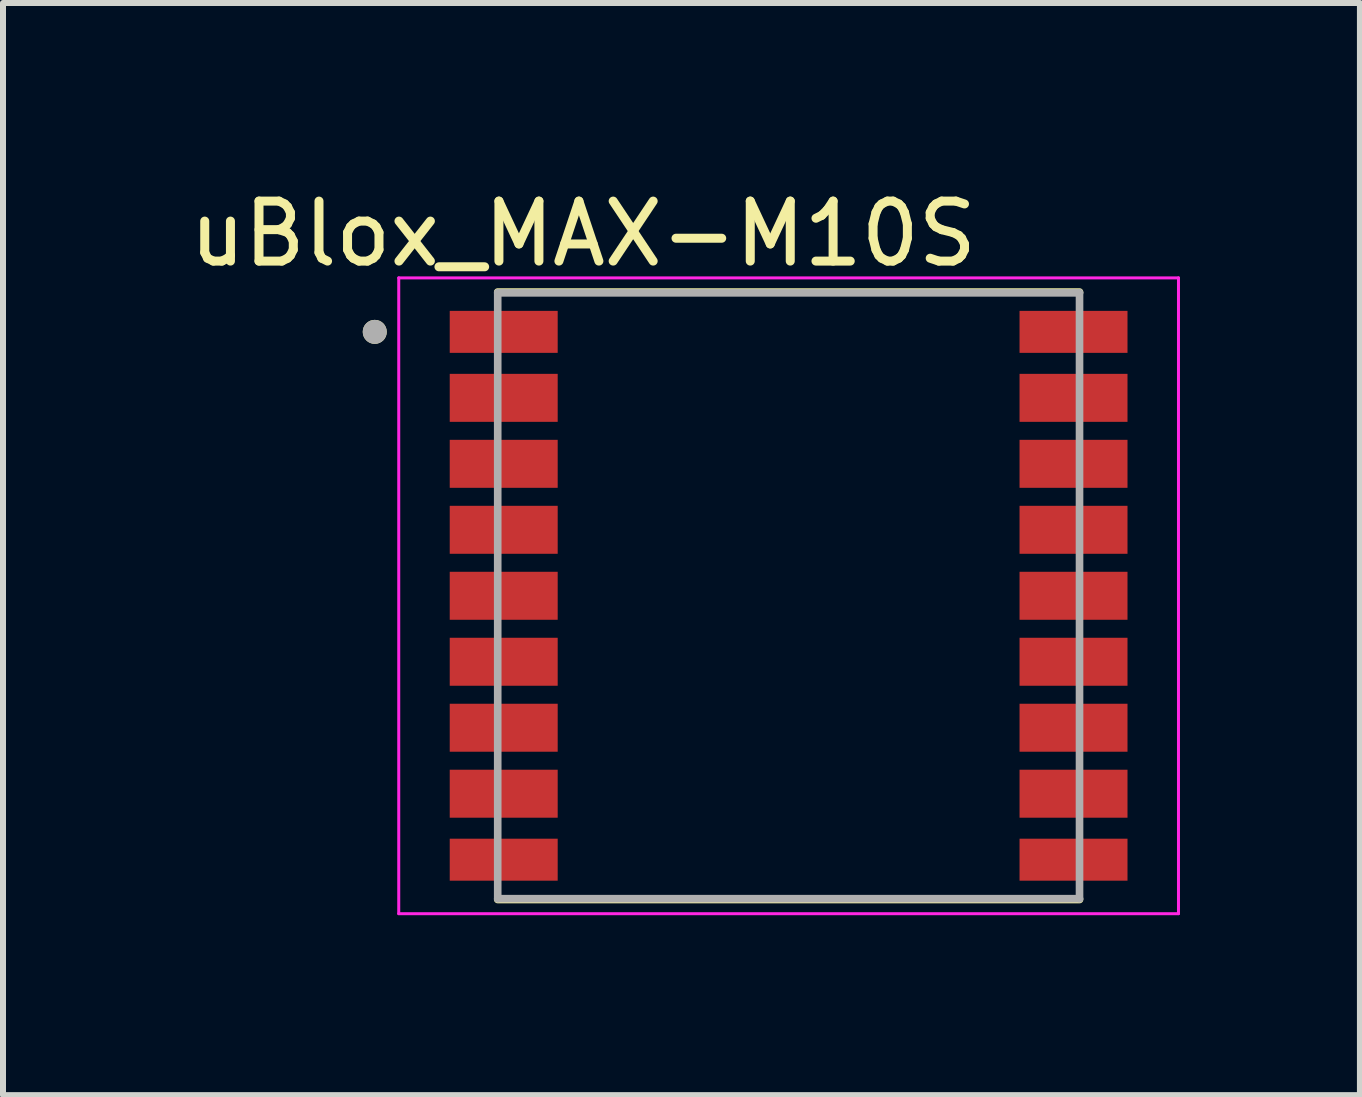
<source format=kicad_pcb>
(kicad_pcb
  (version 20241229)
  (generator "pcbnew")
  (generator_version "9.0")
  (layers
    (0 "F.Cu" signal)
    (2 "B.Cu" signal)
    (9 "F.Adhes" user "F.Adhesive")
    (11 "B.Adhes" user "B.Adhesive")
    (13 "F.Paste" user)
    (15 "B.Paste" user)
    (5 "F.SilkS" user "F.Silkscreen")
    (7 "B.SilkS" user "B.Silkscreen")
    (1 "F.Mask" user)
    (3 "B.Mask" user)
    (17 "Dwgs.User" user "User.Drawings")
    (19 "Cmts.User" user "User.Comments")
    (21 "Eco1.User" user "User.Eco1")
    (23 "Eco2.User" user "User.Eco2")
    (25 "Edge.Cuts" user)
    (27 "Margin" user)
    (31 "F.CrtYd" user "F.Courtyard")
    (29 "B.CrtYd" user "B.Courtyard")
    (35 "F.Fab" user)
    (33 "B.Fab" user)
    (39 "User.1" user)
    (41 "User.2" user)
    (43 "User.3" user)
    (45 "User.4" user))
  (footprint "uBlox_MAX-M10S"
    (layer "F.Cu")
    (at 10.098 6.883)
    (property "Reference" "uBlox_MAX-M10S" (at -3.425 -6.035 0) (layer "F.SilkS") (effects (font (size 1 1) (thickness 0.15))))
    (attr through_hole)
    (fp_poly (pts (xy -5.65 -4.75) (xy -3.85 -4.75) (xy -3.85 -4.05) (xy -5.65 -4.05)) (stroke (width 0.01) (type solid)) (fill yes) (layer "F.Mask"))
    (fp_poly (pts (xy -5.65 -3.7) (xy -3.85 -3.7) (xy -3.85 -2.9) (xy -5.65 -2.9)) (stroke (width 0.01) (type solid)) (fill yes) (layer "F.Mask"))
    (fp_poly (pts (xy -5.65 -2.6) (xy -3.85 -2.6) (xy -3.85 -1.8) (xy -5.65 -1.8)) (stroke (width 0.01) (type solid)) (fill yes) (layer "F.Mask"))
    (fp_poly (pts (xy -5.65 -1.5) (xy -3.85 -1.5) (xy -3.85 -0.7) (xy -5.65 -0.7)) (stroke (width 0.01) (type solid)) (fill yes) (layer "F.Mask"))
    (fp_poly (pts (xy -5.65 -0.4) (xy -3.85 -0.4) (xy -3.85 0.4) (xy -5.65 0.4)) (stroke (width 0.01) (type solid)) (fill yes) (layer "F.Mask"))
    (fp_poly (pts (xy -5.65 0.7) (xy -3.85 0.7) (xy -3.85 1.5) (xy -5.65 1.5)) (stroke (width 0.01) (type solid)) (fill yes) (layer "F.Mask"))
    (fp_poly (pts (xy -5.65 1.8) (xy -3.85 1.8) (xy -3.85 2.6) (xy -5.65 2.6)) (stroke (width 0.01) (type solid)) (fill yes) (layer "F.Mask"))
    (fp_poly (pts (xy -5.65 2.9) (xy -3.85 2.9) (xy -3.85 3.7) (xy -5.65 3.7)) (stroke (width 0.01) (type solid)) (fill yes) (layer "F.Mask"))
    (fp_poly (pts (xy -5.65 4.05) (xy -3.85 4.05) (xy -3.85 4.75) (xy -5.65 4.75)) (stroke (width 0.01) (type solid)) (fill yes) (layer "F.Mask"))
    (fp_poly (pts (xy 3.85 -4.75) (xy 5.65 -4.75) (xy 5.65 -4.05) (xy 3.85 -4.05)) (stroke (width 0.01) (type solid)) (fill yes) (layer "F.Mask"))
    (fp_poly (pts (xy 3.85 -3.7) (xy 5.65 -3.7) (xy 5.65 -2.9) (xy 3.85 -2.9)) (stroke (width 0.01) (type solid)) (fill yes) (layer "F.Mask"))
    (fp_poly (pts (xy 3.85 -2.6) (xy 5.65 -2.6) (xy 5.65 -1.8) (xy 3.85 -1.8)) (stroke (width 0.01) (type solid)) (fill yes) (layer "F.Mask"))
    (fp_poly (pts (xy 3.85 -1.5) (xy 5.65 -1.5) (xy 5.65 -0.7) (xy 3.85 -0.7)) (stroke (width 0.01) (type solid)) (fill yes) (layer "F.Mask"))
    (fp_poly (pts (xy 3.85 -0.4) (xy 5.65 -0.4) (xy 5.65 0.4) (xy 3.85 0.4)) (stroke (width 0.01) (type solid)) (fill yes) (layer "F.Mask"))
    (fp_poly (pts (xy 3.85 0.7) (xy 5.65 0.7) (xy 5.65 1.5) (xy 3.85 1.5)) (stroke (width 0.01) (type solid)) (fill yes) (layer "F.Mask"))
    (fp_poly (pts (xy 3.85 1.8) (xy 5.65 1.8) (xy 5.65 2.6) (xy 3.85 2.6)) (stroke (width 0.01) (type solid)) (fill yes) (layer "F.Mask"))
    (fp_poly (pts (xy 3.85 2.9) (xy 5.65 2.9) (xy 5.65 3.7) (xy 3.85 3.7)) (stroke (width 0.01) (type solid)) (fill yes) (layer "F.Mask"))
    (fp_poly (pts (xy 3.85 4.05) (xy 5.65 4.05) (xy 5.65 4.75) (xy 3.85 4.75)) (stroke (width 0.01) (type solid)) (fill yes) (layer "F.Mask"))
    (fp_line (start -4.85 -5.064) (end 4.85 -5.064) (stroke (width 0.127) (type solid)) (layer "F.SilkS"))
    (fp_line (start -4.85 5.064) (end 4.85 5.064) (stroke (width 0.127) (type solid)) (layer "F.SilkS"))
    (fp_circle (center -6.9 -4.4) (end -6.8 -4.4) (stroke (width 0.2) (type solid)) (fill no) (layer "F.SilkS"))
    (fp_poly (pts (xy -6.25 -4.75) (xy -4.85 -4.75) (xy -4.85 -4.65) (xy -3.95 -4.65) (xy -3.95 -4.15) (xy -4.85 -4.15) (xy -4.85 -4.05) (xy -6.25 -4.05)) (stroke (width 0.0001) (type solid)) (fill yes) (layer "F.Paste"))
    (fp_poly (pts (xy -6.25 -3.7) (xy -4.85 -3.7) (xy -4.85 -3.6) (xy -3.95 -3.6) (xy -3.95 -3) (xy -4.85 -3) (xy -4.85 -2.9) (xy -6.25 -2.9)) (stroke (width 0.0001) (type solid)) (fill yes) (layer "F.Paste"))
    (fp_poly (pts (xy -6.25 -2.6) (xy -4.85 -2.6) (xy -4.85 -2.5) (xy -3.95 -2.5) (xy -3.95 -1.9) (xy -4.85 -1.9) (xy -4.85 -1.8) (xy -6.25 -1.8)) (stroke (width 0.0001) (type solid)) (fill yes) (layer "F.Paste"))
    (fp_poly (pts (xy -6.25 -1.5) (xy -4.85 -1.5) (xy -4.85 -1.4) (xy -3.95 -1.4) (xy -3.95 -0.8) (xy -4.85 -0.8) (xy -4.85 -0.7) (xy -6.25 -0.7)) (stroke (width 0.0001) (type solid)) (fill yes) (layer "F.Paste"))
    (fp_poly (pts (xy -6.25 -0.4) (xy -4.85 -0.4) (xy -4.85 -0.3) (xy -3.95 -0.3) (xy -3.95 0.3) (xy -4.85 0.3) (xy -4.85 0.4) (xy -6.25 0.4)) (stroke (width 0.0001) (type solid)) (fill yes) (layer "F.Paste"))
    (fp_poly (pts (xy -6.25 0.7) (xy -4.85 0.7) (xy -4.85 0.8) (xy -3.95 0.8) (xy -3.95 1.4) (xy -4.85 1.4) (xy -4.85 1.5) (xy -6.25 1.5)) (stroke (width 0.0001) (type solid)) (fill yes) (layer "F.Paste"))
    (fp_poly (pts (xy -6.25 1.8) (xy -4.85 1.8) (xy -4.85 1.9) (xy -3.95 1.9) (xy -3.95 2.5) (xy -4.85 2.5) (xy -4.85 2.6) (xy -6.25 2.6)) (stroke (width 0.0001) (type solid)) (fill yes) (layer "F.Paste"))
    (fp_poly (pts (xy -6.25 2.9) (xy -4.85 2.9) (xy -4.85 3) (xy -3.95 3) (xy -3.95 3.6) (xy -4.85 3.6) (xy -4.85 3.7) (xy -6.25 3.7)) (stroke (width 0.0001) (type solid)) (fill yes) (layer "F.Paste"))
    (fp_poly (pts (xy -6.25 4.05) (xy -4.85 4.05) (xy -4.85 4.15) (xy -3.95 4.15) (xy -3.95 4.65) (xy -4.85 4.65) (xy -4.85 4.75) (xy -6.25 4.75)) (stroke (width 0.0001) (type solid)) (fill yes) (layer "F.Paste"))
    (fp_poly (pts (xy 6.25 -4.05) (xy 4.85 -4.05) (xy 4.85 -4.15) (xy 3.95 -4.15) (xy 3.95 -4.65) (xy 4.85 -4.65) (xy 4.85 -4.75) (xy 6.25 -4.75)) (stroke (width 0.0001) (type solid)) (fill yes) (layer "F.Paste"))
    (fp_poly (pts (xy 6.25 -2.9) (xy 4.85 -2.9) (xy 4.85 -3) (xy 3.95 -3) (xy 3.95 -3.6) (xy 4.85 -3.6) (xy 4.85 -3.7) (xy 6.25 -3.7)) (stroke (width 0.0001) (type solid)) (fill yes) (layer "F.Paste"))
    (fp_poly (pts (xy 6.25 -1.8) (xy 4.85 -1.8) (xy 4.85 -1.9) (xy 3.95 -1.9) (xy 3.95 -2.5) (xy 4.85 -2.5) (xy 4.85 -2.6) (xy 6.25 -2.6)) (stroke (width 0.0001) (type solid)) (fill yes) (layer "F.Paste"))
    (fp_poly (pts (xy 6.25 -0.7) (xy 4.85 -0.7) (xy 4.85 -0.8) (xy 3.95 -0.8) (xy 3.95 -1.4) (xy 4.85 -1.4) (xy 4.85 -1.5) (xy 6.25 -1.5)) (stroke (width 0.0001) (type solid)) (fill yes) (layer "F.Paste"))
    (fp_poly (pts (xy 6.25 0.4) (xy 4.85 0.4) (xy 4.85 0.3) (xy 3.95 0.3) (xy 3.95 -0.3) (xy 4.85 -0.3) (xy 4.85 -0.4) (xy 6.25 -0.4)) (stroke (width 0.0001) (type solid)) (fill yes) (layer "F.Paste"))
    (fp_poly (pts (xy 6.25 1.5) (xy 4.85 1.5) (xy 4.85 1.4) (xy 3.95 1.4) (xy 3.95 0.8) (xy 4.85 0.8) (xy 4.85 0.7) (xy 6.25 0.7)) (stroke (width 0.0001) (type solid)) (fill yes) (layer "F.Paste"))
    (fp_poly (pts (xy 6.25 2.6) (xy 4.85 2.6) (xy 4.85 2.5) (xy 3.95 2.5) (xy 3.95 1.9) (xy 4.85 1.9) (xy 4.85 1.8) (xy 6.25 1.8)) (stroke (width 0.0001) (type solid)) (fill yes) (layer "F.Paste"))
    (fp_poly (pts (xy 6.25 3.7) (xy 4.85 3.7) (xy 4.85 3.6) (xy 3.95 3.6) (xy 3.95 3) (xy 4.85 3) (xy 4.85 2.9) (xy 6.25 2.9)) (stroke (width 0.0001) (type solid)) (fill yes) (layer "F.Paste"))
    (fp_poly (pts (xy 6.25 4.75) (xy 4.85 4.75) (xy 4.85 4.65) (xy 3.95 4.65) (xy 3.95 4.15) (xy 4.85 4.15) (xy 4.85 4.05) (xy 6.25 4.05)) (stroke (width 0.0001) (type solid)) (fill yes) (layer "F.Paste"))
    (fp_line (start -6.5 -5.3) (end 6.5 -5.3) (stroke (width 0.05) (type solid)) (layer "F.CrtYd"))
    (fp_line (start -6.5 5.3) (end -6.5 -5.3) (stroke (width 0.05) (type solid)) (layer "F.CrtYd"))
    (fp_line (start 6.5 -5.3) (end 6.5 5.3) (stroke (width 0.05) (type solid)) (layer "F.CrtYd"))
    (fp_line (start 6.5 5.3) (end -6.5 5.3) (stroke (width 0.05) (type solid)) (layer "F.CrtYd"))
    (fp_line (start -4.85 -5.05) (end 4.85 -5.05) (stroke (width 0.127) (type solid)) (layer "F.Fab"))
    (fp_line (start -4.85 5.05) (end -4.85 -5.05) (stroke (width 0.127) (type solid)) (layer "F.Fab"))
    (fp_line (start 4.85 -5.05) (end 4.85 5.05) (stroke (width 0.127) (type solid)) (layer "F.Fab"))
    (fp_line (start 4.85 5.05) (end -4.85 5.05) (stroke (width 0.127) (type solid)) (layer "F.Fab"))
    (fp_circle (center -6.9 -4.4) (end -6.8 -4.4) (stroke (width 0.2) (type solid)) (fill no) (layer "F.Fab"))
    (pad "1" smd rect (at -4.75 -4.4) (size 1.8 0.7) (layers "F.Cu"))
    (pad "2" smd rect (at -4.75 -3.3) (size 1.8 0.8) (layers "F.Cu"))
    (pad "3" smd rect (at -4.75 -2.2) (size 1.8 0.8) (layers "F.Cu"))
    (pad "4" smd rect (at -4.75 -1.1) (size 1.8 0.8) (layers "F.Cu"))
    (pad "5" smd rect (at -4.75 0) (size 1.8 0.8) (layers "F.Cu"))
    (pad "6" smd rect (at -4.75 1.1) (size 1.8 0.8) (layers "F.Cu"))
    (pad "7" smd rect (at -4.75 2.2) (size 1.8 0.8) (layers "F.Cu"))
    (pad "8" smd rect (at -4.75 3.3) (size 1.8 0.8) (layers "F.Cu"))
    (pad "9" smd rect (at -4.75 4.4) (size 1.8 0.7) (layers "F.Cu"))
    (pad "10" smd rect (at 4.75 4.4 180) (size 1.8 0.7) (layers "F.Cu"))
    (pad "11" smd rect (at 4.75 3.3 180) (size 1.8 0.8) (layers "F.Cu"))
    (pad "12" smd rect (at 4.75 2.2 180) (size 1.8 0.8) (layers "F.Cu"))
    (pad "13" smd rect (at 4.75 1.1 180) (size 1.8 0.8) (layers "F.Cu"))
    (pad "14" smd rect (at 4.75 0 180) (size 1.8 0.8) (layers "F.Cu"))
    (pad "15" smd rect (at 4.75 -1.1 180) (size 1.8 0.8) (layers "F.Cu"))
    (pad "16" smd rect (at 4.75 -2.2 180) (size 1.8 0.8) (layers "F.Cu"))
    (pad "17" smd rect (at 4.75 -3.3 180) (size 1.8 0.8) (layers "F.Cu"))
    (pad "18" smd rect (at 4.75 -4.4 180) (size 1.8 0.7) (layers "F.Cu")))
  (gr_rect
    (start -3 -3)
    (end 19.623 15.208)
    (stroke (width 0.1) (type default))
    (fill no)
    (layer "Edge.Cuts")))
</source>
